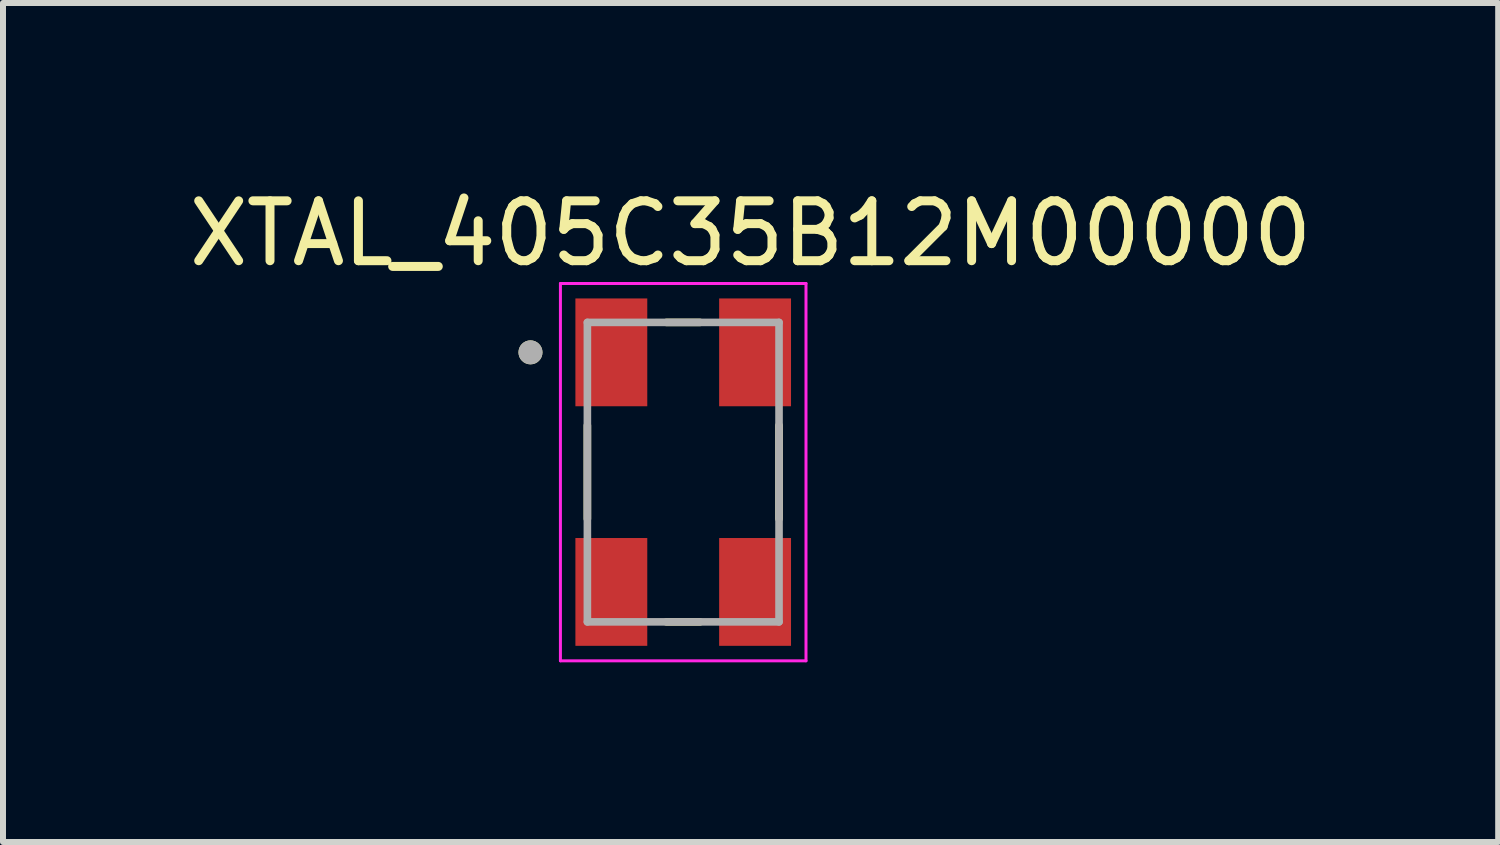
<source format=kicad_pcb>
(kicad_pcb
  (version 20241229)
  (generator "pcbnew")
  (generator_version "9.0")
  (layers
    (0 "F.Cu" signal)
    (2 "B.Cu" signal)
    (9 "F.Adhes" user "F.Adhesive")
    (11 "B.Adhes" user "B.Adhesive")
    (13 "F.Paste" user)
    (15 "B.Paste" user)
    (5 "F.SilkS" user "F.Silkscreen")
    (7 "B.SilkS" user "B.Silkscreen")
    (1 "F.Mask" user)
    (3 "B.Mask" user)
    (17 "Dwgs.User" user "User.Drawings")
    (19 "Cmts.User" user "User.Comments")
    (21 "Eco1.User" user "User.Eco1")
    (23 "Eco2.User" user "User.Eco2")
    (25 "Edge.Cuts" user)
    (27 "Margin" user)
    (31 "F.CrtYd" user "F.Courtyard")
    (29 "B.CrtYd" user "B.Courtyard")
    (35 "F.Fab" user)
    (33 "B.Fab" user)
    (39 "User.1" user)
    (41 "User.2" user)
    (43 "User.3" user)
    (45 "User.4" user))
  (footprint "XTAL_405C35B12M00000"
    (layer "F.Cu")
    (at 8.357 4.833)
    (property "Reference" "XTAL_405C35B12M00000" (at 1.125 -3.985 0) (layer "F.SilkS") (effects (font (size 1 1) (thickness 0.15))))
    (attr smd)
    (fp_line (start -1.6 -0.78) (end -1.6 0.78) (stroke (width 0.127) (type solid)) (layer "F.SilkS"))
    (fp_line (start -0.28 -2.5) (end 0.28 -2.5) (stroke (width 0.127) (type solid)) (layer "F.SilkS"))
    (fp_line (start -0.28 2.5) (end 0.28 2.5) (stroke (width 0.127) (type solid)) (layer "F.SilkS"))
    (fp_line (start 1.6 -0.78) (end 1.6 0.78) (stroke (width 0.127) (type solid)) (layer "F.SilkS"))
    (fp_circle (center -2.55 -2) (end -2.45 -2) (stroke (width 0.2) (type solid)) (fill no) (layer "F.SilkS"))
    (fp_line (start -2.05 -3.15) (end -2.05 3.15) (stroke (width 0.05) (type solid)) (layer "F.CrtYd"))
    (fp_line (start -2.05 -3.15) (end 2.05 -3.15) (stroke (width 0.05) (type solid)) (layer "F.CrtYd"))
    (fp_line (start 2.05 -3.15) (end 2.05 3.15) (stroke (width 0.05) (type solid)) (layer "F.CrtYd"))
    (fp_line (start 2.05 3.15) (end -2.05 3.15) (stroke (width 0.05) (type solid)) (layer "F.CrtYd"))
    (fp_line (start -1.6 -2.5) (end -1.6 2.5) (stroke (width 0.127) (type solid)) (layer "F.Fab"))
    (fp_line (start -1.6 -2.5) (end 1.6 -2.5) (stroke (width 0.127) (type solid)) (layer "F.Fab"))
    (fp_line (start 1.6 -2.5) (end 1.6 2.5) (stroke (width 0.127) (type solid)) (layer "F.Fab"))
    (fp_line (start 1.6 2.5) (end -1.6 2.5) (stroke (width 0.127) (type solid)) (layer "F.Fab"))
    (fp_circle (center -2.55 -2) (end -2.45 -2) (stroke (width 0.2) (type solid)) (fill no) (layer "F.Fab"))
    (pad "1" smd rect (at -1.2 -2) (size 1.2 1.8) (layers "F.Cu" "F.Mask" "F.Paste"))
    (pad "2" smd rect (at -1.2 2) (size 1.2 1.8) (layers "F.Cu" "F.Mask" "F.Paste"))
    (pad "3" smd rect (at 1.2 2) (size 1.2 1.8) (layers "F.Cu" "F.Mask" "F.Paste"))
    (pad "4" smd rect (at 1.2 -2) (size 1.2 1.8) (layers "F.Cu" "F.Mask" "F.Paste")))
  (gr_rect
    (start -3 -3)
    (end 21.964 11.008)
    (stroke (width 0.1) (type default))
    (fill no)
    (layer "Edge.Cuts")))
</source>
